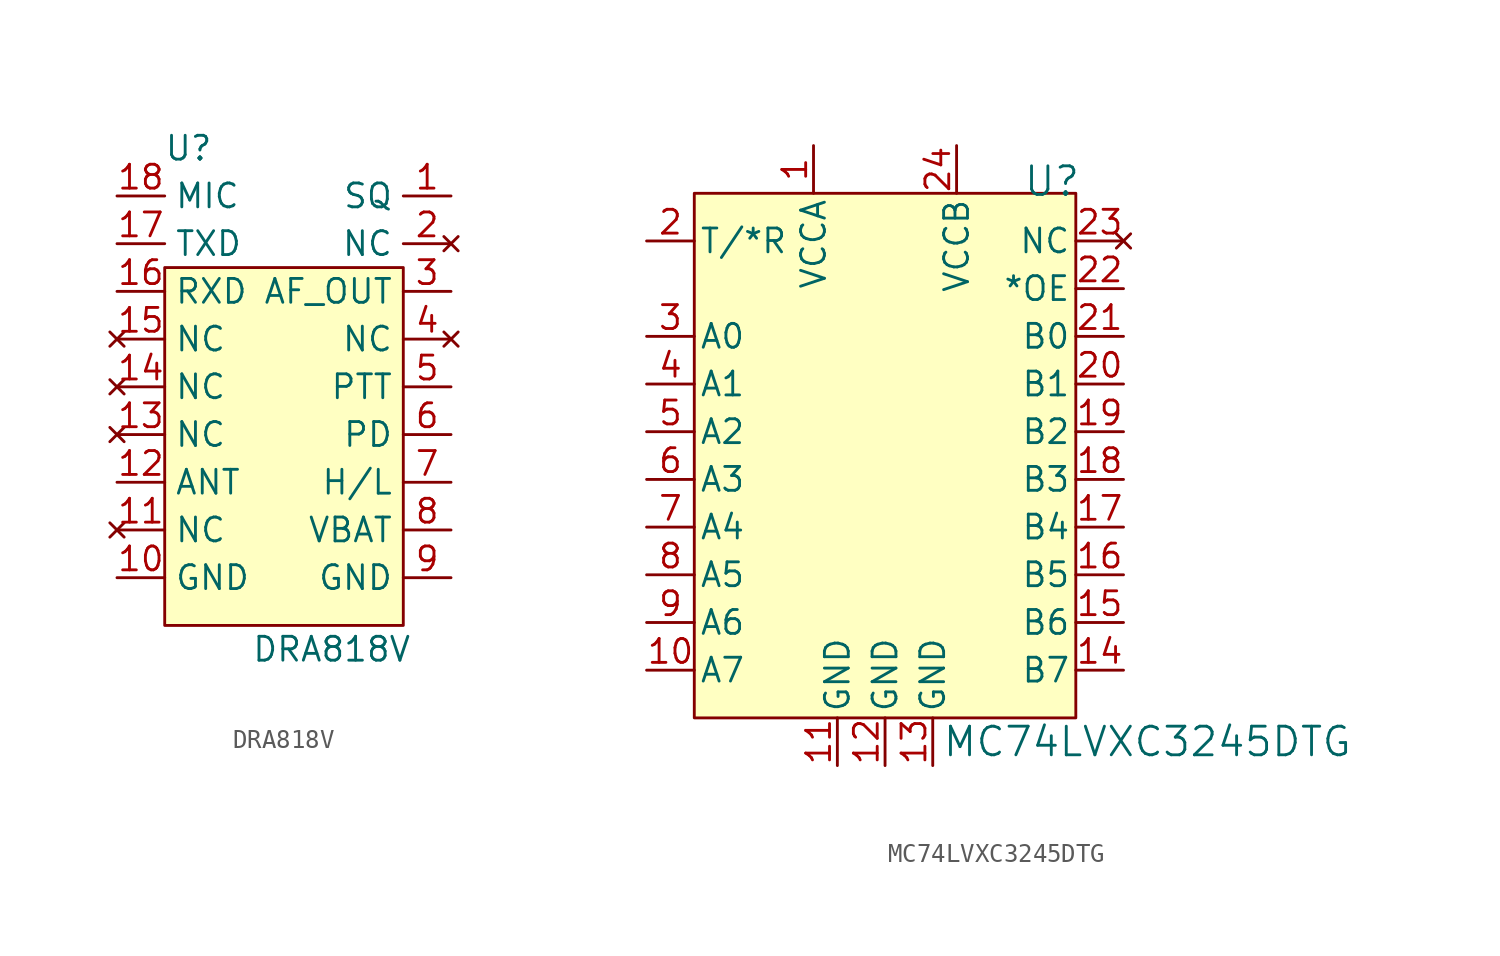
<source format=kicad_sym>
(kicad_symbol_lib
  (version 20211014)
  (generator kicad_symbol_editor)
  (symbol "DRA818V"
    (property "Reference" "U"
      (at -5.08 8.89 0)
      (effects (font (size 1.27 1.27))))
    (property "Value" "DRA818V"
      (at 2.54 -17.78 0)
      (effects (font (size 1.27 1.27))))
    (symbol "DRA818V_0_1"
      (rectangle (start -6.35 2.54) (end 6.35 -16.51) (stroke (width 0) (type default) (color 0 0 0 0)) (fill (type background))))
    (symbol "DRA818V_1_1"
      (pin output line (at 8.89 6.35 180) (length 2.54) (name "SQ" (effects (font (size 1.27 1.27)))) (number "1" (effects (font (size 1.27 1.27)))))
      (pin power_in line (at -8.89 -13.97 0) (length 2.54) (name "GND" (effects (font (size 1.27 1.27)))) (number "10" (effects (font (size 1.27 1.27)))))
      (pin no_connect line (at -8.89 -11.43 0) (length 2.54) (name "NC" (effects (font (size 1.27 1.27)))) (number "11" (effects (font (size 1.27 1.27)))))
      (pin output line (at -8.89 -8.89 0) (length 2.54) (name "ANT" (effects (font (size 1.27 1.27)))) (number "12" (effects (font (size 1.27 1.27)))))
      (pin no_connect line (at -8.89 -6.35 0) (length 2.54) (name "NC" (effects (font (size 1.27 1.27)))) (number "13" (effects (font (size 1.27 1.27)))))
      (pin no_connect line (at -8.89 -3.81 0) (length 2.54) (name "NC" (effects (font (size 1.27 1.27)))) (number "14" (effects (font (size 1.27 1.27)))))
      (pin no_connect line (at -8.89 -1.27 0) (length 2.54) (name "NC" (effects (font (size 1.27 1.27)))) (number "15" (effects (font (size 1.27 1.27)))))
      (pin input line (at -8.89 1.27 0) (length 2.54) (name "RXD" (effects (font (size 1.27 1.27)))) (number "16" (effects (font (size 1.27 1.27)))))
      (pin output line (at -8.89 3.81 0) (length 2.54) (name "TXD" (effects (font (size 1.27 1.27)))) (number "17" (effects (font (size 1.27 1.27)))))
      (pin input line (at -8.89 6.35 0) (length 2.54) (name "MIC" (effects (font (size 1.27 1.27)))) (number "18" (effects (font (size 1.27 1.27)))))
      (pin no_connect line (at 8.89 3.81 180) (length 2.54) (name "NC" (effects (font (size 1.27 1.27)))) (number "2" (effects (font (size 1.27 1.27)))))
      (pin output line (at 8.89 1.27 180) (length 2.54) (name "AF_OUT" (effects (font (size 1.27 1.27)))) (number "3" (effects (font (size 1.27 1.27)))))
      (pin no_connect line (at 8.89 -1.27 180) (length 2.54) (name "NC" (effects (font (size 1.27 1.27)))) (number "4" (effects (font (size 1.27 1.27)))))
      (pin input line (at 8.89 -3.81 180) (length 2.54) (name "PTT" (effects (font (size 1.27 1.27)))) (number "5" (effects (font (size 1.27 1.27)))))
      (pin input line (at 8.89 -6.35 180) (length 2.54) (name "PD" (effects (font (size 1.27 1.27)))) (number "6" (effects (font (size 1.27 1.27)))))
      (pin input line (at 8.89 -8.89 180) (length 2.54) (name "H/L" (effects (font (size 1.27 1.27)))) (number "7" (effects (font (size 1.27 1.27)))))
      (pin power_in line (at 8.89 -11.43 180) (length 2.54) (name "VBAT" (effects (font (size 1.27 1.27)))) (number "8" (effects (font (size 1.27 1.27)))))
      (pin power_in line (at 8.89 -13.97 180) (length 2.54) (name "GND" (effects (font (size 1.27 1.27)))) (number "9" (effects (font (size 1.27 1.27)))))))
  (symbol "MC74LVXC3245DTG"
    (pin_names
      (offset 0.254))
    (property "Reference" "U"
      (at 8.89 14.605 0)
      (effects (font (size 1.524 1.524))))
    (property "Value" "MC74LVXC3245DTG"
      (at 13.97 -15.24 0)
      (effects (font (size 1.524 1.524))))
    (property "Datasheet" ""
      (at -9.525 1.27 0)
      (effects (font (size 1.524 1.524))))
    (symbol "MC74LVXC3245DTG_1_1"
      (rectangle (start -10.16 13.97) (end 10.16 -13.97) (stroke (width 0) (type default) (color 0 0 0 0)) (fill (type background)))
      (pin power_in line (at -3.81 16.51 270) (length 2.54) (name "VCCA" (effects (font (size 1.27 1.27)))) (number "1" (effects (font (size 1.27 1.27)))))
      (pin bidirectional line (at -12.7 -11.43 0) (length 2.54) (name "A7" (effects (font (size 1.27 1.27)))) (number "10" (effects (font (size 1.27 1.27)))))
      (pin power_in line (at -2.54 -16.51 90) (length 2.54) (name "GND" (effects (font (size 1.27 1.27)))) (number "11" (effects (font (size 1.27 1.27)))))
      (pin power_in line (at 0 -16.51 90) (length 2.54) (name "GND" (effects (font (size 1.27 1.27)))) (number "12" (effects (font (size 1.27 1.27)))))
      (pin power_in line (at 2.54 -16.51 90) (length 2.54) (name "GND" (effects (font (size 1.27 1.27)))) (number "13" (effects (font (size 1.27 1.27)))))
      (pin bidirectional line (at 12.7 -11.43 180) (length 2.54) (name "B7" (effects (font (size 1.27 1.27)))) (number "14" (effects (font (size 1.27 1.27)))))
      (pin bidirectional line (at 12.7 -8.89 180) (length 2.54) (name "B6" (effects (font (size 1.27 1.27)))) (number "15" (effects (font (size 1.27 1.27)))))
      (pin bidirectional line (at 12.7 -6.35 180) (length 2.54) (name "B5" (effects (font (size 1.27 1.27)))) (number "16" (effects (font (size 1.27 1.27)))))
      (pin bidirectional line (at 12.7 -3.81 180) (length 2.54) (name "B4" (effects (font (size 1.27 1.27)))) (number "17" (effects (font (size 1.27 1.27)))))
      (pin bidirectional line (at 12.7 -1.27 180) (length 2.54) (name "B3" (effects (font (size 1.27 1.27)))) (number "18" (effects (font (size 1.27 1.27)))))
      (pin bidirectional line (at 12.7 1.27 180) (length 2.54) (name "B2" (effects (font (size 1.27 1.27)))) (number "19" (effects (font (size 1.27 1.27)))))
      (pin input line (at -12.7 11.43 0) (length 2.54) (name "T/*R" (effects (font (size 1.27 1.27)))) (number "2" (effects (font (size 1.27 1.27)))))
      (pin bidirectional line (at 12.7 3.81 180) (length 2.54) (name "B1" (effects (font (size 1.27 1.27)))) (number "20" (effects (font (size 1.27 1.27)))))
      (pin bidirectional line (at 12.7 6.35 180) (length 2.54) (name "B0" (effects (font (size 1.27 1.27)))) (number "21" (effects (font (size 1.27 1.27)))))
      (pin bidirectional line (at 12.7 8.89 180) (length 2.54) (name "*OE" (effects (font (size 1.27 1.27)))) (number "22" (effects (font (size 1.27 1.27)))))
      (pin no_connect line (at 12.7 11.43 180) (length 2.54) (name "NC" (effects (font (size 1.27 1.27)))) (number "23" (effects (font (size 1.27 1.27)))))
      (pin power_in line (at 3.81 16.51 270) (length 2.54) (name "VCCB" (effects (font (size 1.27 1.27)))) (number "24" (effects (font (size 1.27 1.27)))))
      (pin bidirectional line (at -12.7 6.35 0) (length 2.54) (name "A0" (effects (font (size 1.27 1.27)))) (number "3" (effects (font (size 1.27 1.27)))))
      (pin bidirectional line (at -12.7 3.81 0) (length 2.54) (name "A1" (effects (font (size 1.27 1.27)))) (number "4" (effects (font (size 1.27 1.27)))))
      (pin bidirectional line (at -12.7 1.27 0) (length 2.54) (name "A2" (effects (font (size 1.27 1.27)))) (number "5" (effects (font (size 1.27 1.27)))))
      (pin bidirectional line (at -12.7 -1.27 0) (length 2.54) (name "A3" (effects (font (size 1.27 1.27)))) (number "6" (effects (font (size 1.27 1.27)))))
      (pin bidirectional line (at -12.7 -3.81 0) (length 2.54) (name "A4" (effects (font (size 1.27 1.27)))) (number "7" (effects (font (size 1.27 1.27)))))
      (pin bidirectional line (at -12.7 -6.35 0) (length 2.54) (name "A5" (effects (font (size 1.27 1.27)))) (number "8" (effects (font (size 1.27 1.27)))))
      (pin bidirectional line (at -12.7 -8.89 0) (length 2.54) (name "A6" (effects (font (size 1.27 1.27)))) (number "9" (effects (font (size 1.27 1.27))))))))
</source>
